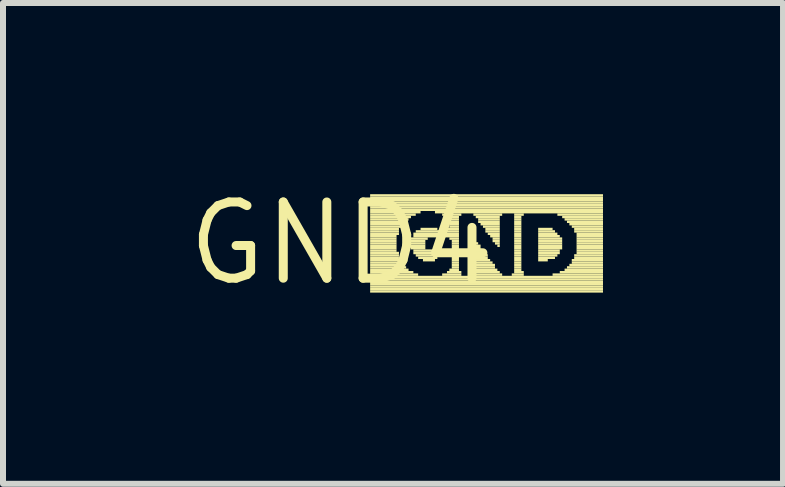
<source format=kicad_pcb>
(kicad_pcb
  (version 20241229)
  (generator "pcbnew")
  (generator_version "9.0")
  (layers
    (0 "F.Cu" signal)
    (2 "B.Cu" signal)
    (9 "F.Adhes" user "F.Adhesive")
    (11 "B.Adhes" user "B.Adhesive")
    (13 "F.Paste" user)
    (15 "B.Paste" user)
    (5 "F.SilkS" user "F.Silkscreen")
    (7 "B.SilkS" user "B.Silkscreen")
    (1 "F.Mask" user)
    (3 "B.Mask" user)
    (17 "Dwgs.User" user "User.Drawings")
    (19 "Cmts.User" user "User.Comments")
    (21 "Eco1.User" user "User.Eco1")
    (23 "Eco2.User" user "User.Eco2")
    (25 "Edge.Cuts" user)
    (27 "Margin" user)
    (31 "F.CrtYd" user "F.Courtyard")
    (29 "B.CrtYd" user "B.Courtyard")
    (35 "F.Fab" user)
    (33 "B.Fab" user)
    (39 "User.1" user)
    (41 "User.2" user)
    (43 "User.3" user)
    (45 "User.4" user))
  (footprint "GND4"
    (layer "F.Cu")
    (at 2.638 1.006)
    (property "Reference" "GND4" (at 0 0 0) (layer "F.SilkS") (effects (font (size 1.27 1.27) (thickness 0.15))))
    (fp_poly (pts (xy 0.48 -0.78) (xy 4.36 -0.78) (xy 4.36 -0.82) (xy 0.48 -0.82)) (stroke (width 0) (type solid)) (fill yes) (layer "F.SilkS"))
    (fp_poly (pts (xy 0.48 -0.74) (xy 4.36 -0.74) (xy 4.36 -0.78) (xy 0.48 -0.78)) (stroke (width 0) (type solid)) (fill yes) (layer "F.SilkS"))
    (fp_poly (pts (xy 0.48 -0.7) (xy 4.36 -0.7) (xy 4.36 -0.74) (xy 0.48 -0.74)) (stroke (width 0) (type solid)) (fill yes) (layer "F.SilkS"))
    (fp_poly (pts (xy 0.48 -0.66) (xy 4.36 -0.66) (xy 4.36 -0.7) (xy 0.48 -0.7)) (stroke (width 0) (type solid)) (fill yes) (layer "F.SilkS"))
    (fp_poly (pts (xy 0.48 -0.62) (xy 4.36 -0.62) (xy 4.36 -0.66) (xy 0.48 -0.66)) (stroke (width 0) (type solid)) (fill yes) (layer "F.SilkS"))
    (fp_poly (pts (xy 0.48 -0.58) (xy 4.36 -0.58) (xy 4.36 -0.62) (xy 0.48 -0.62)) (stroke (width 0) (type solid)) (fill yes) (layer "F.SilkS"))
    (fp_poly (pts (xy 0.48 -0.54) (xy 4.36 -0.54) (xy 4.36 -0.58) (xy 0.48 -0.58)) (stroke (width 0) (type solid)) (fill yes) (layer "F.SilkS"))
    (fp_poly (pts (xy 0.48 -0.5) (xy 1.32 -0.5) (xy 1.32 -0.54) (xy 0.48 -0.54)) (stroke (width 0) (type solid)) (fill yes) (layer "F.SilkS"))
    (fp_poly (pts (xy 0.48 -0.46) (xy 1.24 -0.46) (xy 1.24 -0.5) (xy 0.48 -0.5)) (stroke (width 0) (type solid)) (fill yes) (layer "F.SilkS"))
    (fp_poly (pts (xy 0.48 -0.42) (xy 1.16 -0.42) (xy 1.16 -0.46) (xy 0.48 -0.46)) (stroke (width 0) (type solid)) (fill yes) (layer "F.SilkS"))
    (fp_poly (pts (xy 0.48 -0.38) (xy 1.12 -0.38) (xy 1.12 -0.42) (xy 0.48 -0.42)) (stroke (width 0) (type solid)) (fill yes) (layer "F.SilkS"))
    (fp_poly (pts (xy 0.48 -0.34) (xy 1.04 -0.34) (xy 1.04 -0.38) (xy 0.48 -0.38)) (stroke (width 0) (type solid)) (fill yes) (layer "F.SilkS"))
    (fp_poly (pts (xy 0.48 -0.3) (xy 1.04 -0.3) (xy 1.04 -0.34) (xy 0.48 -0.34)) (stroke (width 0) (type solid)) (fill yes) (layer "F.SilkS"))
    (fp_poly (pts (xy 0.48 -0.26) (xy 1 -0.26) (xy 1 -0.3) (xy 0.48 -0.3)) (stroke (width 0) (type solid)) (fill yes) (layer "F.SilkS"))
    (fp_poly (pts (xy 0.48 -0.22) (xy 0.96 -0.22) (xy 0.96 -0.26) (xy 0.48 -0.26)) (stroke (width 0) (type solid)) (fill yes) (layer "F.SilkS"))
    (fp_poly (pts (xy 0.48 -0.18) (xy 0.96 -0.18) (xy 0.96 -0.22) (xy 0.48 -0.22)) (stroke (width 0) (type solid)) (fill yes) (layer "F.SilkS"))
    (fp_poly (pts (xy 0.48 -0.14) (xy 0.96 -0.14) (xy 0.96 -0.18) (xy 0.48 -0.18)) (stroke (width 0) (type solid)) (fill yes) (layer "F.SilkS"))
    (fp_poly (pts (xy 0.48 -0.1) (xy 0.92 -0.1) (xy 0.92 -0.14) (xy 0.48 -0.14)) (stroke (width 0) (type solid)) (fill yes) (layer "F.SilkS"))
    (fp_poly (pts (xy 0.48 -0.06) (xy 0.92 -0.06) (xy 0.92 -0.1) (xy 0.48 -0.1)) (stroke (width 0) (type solid)) (fill yes) (layer "F.SilkS"))
    (fp_poly (pts (xy 0.48 -0.02) (xy 0.92 -0.02) (xy 0.92 -0.06) (xy 0.48 -0.06)) (stroke (width 0) (type solid)) (fill yes) (layer "F.SilkS"))
    (fp_poly (pts (xy 0.48 0.02) (xy 0.92 0.02) (xy 0.92 -0.02) (xy 0.48 -0.02)) (stroke (width 0) (type solid)) (fill yes) (layer "F.SilkS"))
    (fp_poly (pts (xy 0.48 0.06) (xy 0.92 0.06) (xy 0.92 0.02) (xy 0.48 0.02)) (stroke (width 0) (type solid)) (fill yes) (layer "F.SilkS"))
    (fp_poly (pts (xy 0.48 0.1) (xy 0.92 0.1) (xy 0.92 0.06) (xy 0.48 0.06)) (stroke (width 0) (type solid)) (fill yes) (layer "F.SilkS"))
    (fp_poly (pts (xy 0.48 0.14) (xy 0.92 0.14) (xy 0.92 0.1) (xy 0.48 0.1)) (stroke (width 0) (type solid)) (fill yes) (layer "F.SilkS"))
    (fp_poly (pts (xy 0.48 0.18) (xy 0.96 0.18) (xy 0.96 0.14) (xy 0.48 0.14)) (stroke (width 0) (type solid)) (fill yes) (layer "F.SilkS"))
    (fp_poly (pts (xy 0.48 0.22) (xy 0.96 0.22) (xy 0.96 0.18) (xy 0.48 0.18)) (stroke (width 0) (type solid)) (fill yes) (layer "F.SilkS"))
    (fp_poly (pts (xy 0.48 0.26) (xy 0.96 0.26) (xy 0.96 0.22) (xy 0.48 0.22)) (stroke (width 0) (type solid)) (fill yes) (layer "F.SilkS"))
    (fp_poly (pts (xy 0.48 0.3) (xy 1 0.3) (xy 1 0.26) (xy 0.48 0.26)) (stroke (width 0) (type solid)) (fill yes) (layer "F.SilkS"))
    (fp_poly (pts (xy 0.48 0.34) (xy 1 0.34) (xy 1 0.3) (xy 0.48 0.3)) (stroke (width 0) (type solid)) (fill yes) (layer "F.SilkS"))
    (fp_poly (pts (xy 0.48 0.38) (xy 1.04 0.38) (xy 1.04 0.34) (xy 0.48 0.34)) (stroke (width 0) (type solid)) (fill yes) (layer "F.SilkS"))
    (fp_poly (pts (xy 0.48 0.42) (xy 1.08 0.42) (xy 1.08 0.38) (xy 0.48 0.38)) (stroke (width 0) (type solid)) (fill yes) (layer "F.SilkS"))
    (fp_poly (pts (xy 0.48 0.46) (xy 1.12 0.46) (xy 1.12 0.42) (xy 0.48 0.42)) (stroke (width 0) (type solid)) (fill yes) (layer "F.SilkS"))
    (fp_poly (pts (xy 0.48 0.5) (xy 1.2 0.5) (xy 1.2 0.46) (xy 0.48 0.46)) (stroke (width 0) (type solid)) (fill yes) (layer "F.SilkS"))
    (fp_poly (pts (xy 0.48 0.54) (xy 1.28 0.54) (xy 1.28 0.5) (xy 0.48 0.5)) (stroke (width 0) (type solid)) (fill yes) (layer "F.SilkS"))
    (fp_poly (pts (xy 0.48 0.58) (xy 4.36 0.58) (xy 4.36 0.54) (xy 0.48 0.54)) (stroke (width 0) (type solid)) (fill yes) (layer "F.SilkS"))
    (fp_poly (pts (xy 0.48 0.62) (xy 4.36 0.62) (xy 4.36 0.58) (xy 0.48 0.58)) (stroke (width 0) (type solid)) (fill yes) (layer "F.SilkS"))
    (fp_poly (pts (xy 0.48 0.66) (xy 4.36 0.66) (xy 4.36 0.62) (xy 0.48 0.62)) (stroke (width 0) (type solid)) (fill yes) (layer "F.SilkS"))
    (fp_poly (pts (xy 0.48 0.7) (xy 4.36 0.7) (xy 4.36 0.66) (xy 0.48 0.66)) (stroke (width 0) (type solid)) (fill yes) (layer "F.SilkS"))
    (fp_poly (pts (xy 0.48 0.74) (xy 4.36 0.74) (xy 4.36 0.7) (xy 0.48 0.7)) (stroke (width 0) (type solid)) (fill yes) (layer "F.SilkS"))
    (fp_poly (pts (xy 0.48 0.78) (xy 4.36 0.78) (xy 4.36 0.74) (xy 0.48 0.74)) (stroke (width 0) (type solid)) (fill yes) (layer "F.SilkS"))
    (fp_poly (pts (xy 0.48 0.82) (xy 4.36 0.82) (xy 4.36 0.78) (xy 0.48 0.78)) (stroke (width 0) (type solid)) (fill yes) (layer "F.SilkS"))
    (fp_poly (pts (xy 1.16 -0.06) (xy 1.44 -0.06) (xy 1.44 -0.1) (xy 1.16 -0.1)) (stroke (width 0) (type solid)) (fill yes) (layer "F.SilkS"))
    (fp_poly (pts (xy 1.16 -0.02) (xy 1.4 -0.02) (xy 1.4 -0.06) (xy 1.16 -0.06)) (stroke (width 0) (type solid)) (fill yes) (layer "F.SilkS"))
    (fp_poly (pts (xy 1.16 0.02) (xy 1.4 0.02) (xy 1.4 -0.02) (xy 1.16 -0.02)) (stroke (width 0) (type solid)) (fill yes) (layer "F.SilkS"))
    (fp_poly (pts (xy 1.16 0.06) (xy 1.4 0.06) (xy 1.4 0.02) (xy 1.16 0.02)) (stroke (width 0) (type solid)) (fill yes) (layer "F.SilkS"))
    (fp_poly (pts (xy 1.16 0.1) (xy 1.4 0.1) (xy 1.4 0.06) (xy 1.16 0.06)) (stroke (width 0) (type solid)) (fill yes) (layer "F.SilkS"))
    (fp_poly (pts (xy 1.2 -0.14) (xy 1.96 -0.14) (xy 1.96 -0.18) (xy 1.2 -0.18)) (stroke (width 0) (type solid)) (fill yes) (layer "F.SilkS"))
    (fp_poly (pts (xy 1.2 -0.1) (xy 1.96 -0.1) (xy 1.96 -0.14) (xy 1.2 -0.14)) (stroke (width 0) (type solid)) (fill yes) (layer "F.SilkS"))
    (fp_poly (pts (xy 1.2 0.14) (xy 1.6 0.14) (xy 1.6 0.1) (xy 1.2 0.1)) (stroke (width 0) (type solid)) (fill yes) (layer "F.SilkS"))
    (fp_poly (pts (xy 1.2 0.18) (xy 1.6 0.18) (xy 1.6 0.14) (xy 1.2 0.14)) (stroke (width 0) (type solid)) (fill yes) (layer "F.SilkS"))
    (fp_poly (pts (xy 1.24 -0.18) (xy 1.96 -0.18) (xy 1.96 -0.22) (xy 1.24 -0.22)) (stroke (width 0) (type solid)) (fill yes) (layer "F.SilkS"))
    (fp_poly (pts (xy 1.24 0.22) (xy 1.6 0.22) (xy 1.6 0.18) (xy 1.24 0.18)) (stroke (width 0) (type solid)) (fill yes) (layer "F.SilkS"))
    (fp_poly (pts (xy 1.28 0.26) (xy 1.6 0.26) (xy 1.6 0.22) (xy 1.28 0.22)) (stroke (width 0) (type solid)) (fill yes) (layer "F.SilkS"))
    (fp_poly (pts (xy 1.32 -0.22) (xy 1.6 -0.22) (xy 1.6 -0.26) (xy 1.32 -0.26)) (stroke (width 0) (type solid)) (fill yes) (layer "F.SilkS"))
    (fp_poly (pts (xy 1.36 0.3) (xy 1.56 0.3) (xy 1.56 0.26) (xy 1.36 0.26)) (stroke (width 0) (type solid)) (fill yes) (layer "F.SilkS"))
    (fp_poly (pts (xy 1.56 -0.5) (xy 4.36 -0.5) (xy 4.36 -0.54) (xy 1.56 -0.54)) (stroke (width 0) (type solid)) (fill yes) (layer "F.SilkS"))
    (fp_poly (pts (xy 1.68 -0.46) (xy 2 -0.46) (xy 2 -0.5) (xy 1.68 -0.5)) (stroke (width 0) (type solid)) (fill yes) (layer "F.SilkS"))
    (fp_poly (pts (xy 1.68 0.54) (xy 2 0.54) (xy 2 0.5) (xy 1.68 0.5)) (stroke (width 0) (type solid)) (fill yes) (layer "F.SilkS"))
    (fp_poly (pts (xy 1.76 -0.42) (xy 1.96 -0.42) (xy 1.96 -0.46) (xy 1.76 -0.46)) (stroke (width 0) (type solid)) (fill yes) (layer "F.SilkS"))
    (fp_poly (pts (xy 1.76 -0.22) (xy 1.96 -0.22) (xy 1.96 -0.26) (xy 1.76 -0.26)) (stroke (width 0) (type solid)) (fill yes) (layer "F.SilkS"))
    (fp_poly (pts (xy 1.76 0.5) (xy 2 0.5) (xy 2 0.46) (xy 1.76 0.46)) (stroke (width 0) (type solid)) (fill yes) (layer "F.SilkS"))
    (fp_poly (pts (xy 1.8 -0.38) (xy 1.96 -0.38) (xy 1.96 -0.42) (xy 1.8 -0.42)) (stroke (width 0) (type solid)) (fill yes) (layer "F.SilkS"))
    (fp_poly (pts (xy 1.8 -0.34) (xy 1.96 -0.34) (xy 1.96 -0.38) (xy 1.8 -0.38)) (stroke (width 0) (type solid)) (fill yes) (layer "F.SilkS"))
    (fp_poly (pts (xy 1.8 -0.3) (xy 1.96 -0.3) (xy 1.96 -0.34) (xy 1.8 -0.34)) (stroke (width 0) (type solid)) (fill yes) (layer "F.SilkS"))
    (fp_poly (pts (xy 1.8 -0.26) (xy 1.96 -0.26) (xy 1.96 -0.3) (xy 1.8 -0.3)) (stroke (width 0) (type solid)) (fill yes) (layer "F.SilkS"))
    (fp_poly (pts (xy 1.8 -0.06) (xy 1.96 -0.06) (xy 1.96 -0.1) (xy 1.8 -0.1)) (stroke (width 0) (type solid)) (fill yes) (layer "F.SilkS"))
    (fp_poly (pts (xy 1.8 0.46) (xy 1.96 0.46) (xy 1.96 0.42) (xy 1.8 0.42)) (stroke (width 0) (type solid)) (fill yes) (layer "F.SilkS"))
    (fp_poly (pts (xy 1.84 -0.02) (xy 1.96 -0.02) (xy 1.96 -0.06) (xy 1.84 -0.06)) (stroke (width 0) (type solid)) (fill yes) (layer "F.SilkS"))
    (fp_poly (pts (xy 1.84 0.02) (xy 1.96 0.02) (xy 1.96 -0.02) (xy 1.84 -0.02)) (stroke (width 0) (type solid)) (fill yes) (layer "F.SilkS"))
    (fp_poly (pts (xy 1.84 0.06) (xy 1.96 0.06) (xy 1.96 0.02) (xy 1.84 0.02)) (stroke (width 0) (type solid)) (fill yes) (layer "F.SilkS"))
    (fp_poly (pts (xy 1.84 0.1) (xy 1.96 0.1) (xy 1.96 0.06) (xy 1.84 0.06)) (stroke (width 0) (type solid)) (fill yes) (layer "F.SilkS"))
    (fp_poly (pts (xy 1.84 0.14) (xy 1.96 0.14) (xy 1.96 0.1) (xy 1.84 0.1)) (stroke (width 0) (type solid)) (fill yes) (layer "F.SilkS"))
    (fp_poly (pts (xy 1.84 0.18) (xy 1.96 0.18) (xy 1.96 0.14) (xy 1.84 0.14)) (stroke (width 0) (type solid)) (fill yes) (layer "F.SilkS"))
    (fp_poly (pts (xy 1.84 0.22) (xy 1.96 0.22) (xy 1.96 0.18) (xy 1.84 0.18)) (stroke (width 0) (type solid)) (fill yes) (layer "F.SilkS"))
    (fp_poly (pts (xy 1.84 0.26) (xy 1.96 0.26) (xy 1.96 0.22) (xy 1.84 0.22)) (stroke (width 0) (type solid)) (fill yes) (layer "F.SilkS"))
    (fp_poly (pts (xy 1.84 0.3) (xy 1.96 0.3) (xy 1.96 0.26) (xy 1.84 0.26)) (stroke (width 0) (type solid)) (fill yes) (layer "F.SilkS"))
    (fp_poly (pts (xy 1.84 0.34) (xy 1.96 0.34) (xy 1.96 0.3) (xy 1.84 0.3)) (stroke (width 0) (type solid)) (fill yes) (layer "F.SilkS"))
    (fp_poly (pts (xy 1.84 0.38) (xy 1.96 0.38) (xy 1.96 0.34) (xy 1.84 0.34)) (stroke (width 0) (type solid)) (fill yes) (layer "F.SilkS"))
    (fp_poly (pts (xy 1.84 0.42) (xy 1.96 0.42) (xy 1.96 0.38) (xy 1.84 0.38)) (stroke (width 0) (type solid)) (fill yes) (layer "F.SilkS"))
    (fp_poly (pts (xy 2.2 -0.46) (xy 2.68 -0.46) (xy 2.68 -0.5) (xy 2.2 -0.5)) (stroke (width 0) (type solid)) (fill yes) (layer "F.SilkS"))
    (fp_poly (pts (xy 2.2 0.5) (xy 2.64 0.5) (xy 2.64 0.46) (xy 2.2 0.46)) (stroke (width 0) (type solid)) (fill yes) (layer "F.SilkS"))
    (fp_poly (pts (xy 2.2 0.54) (xy 2.68 0.54) (xy 2.68 0.5) (xy 2.2 0.5)) (stroke (width 0) (type solid)) (fill yes) (layer "F.SilkS"))
    (fp_poly (pts (xy 2.24 -0.42) (xy 2.64 -0.42) (xy 2.64 -0.46) (xy 2.24 -0.46)) (stroke (width 0) (type solid)) (fill yes) (layer "F.SilkS"))
    (fp_poly (pts (xy 2.24 0.02) (xy 2.28 0.02) (xy 2.28 -0.02) (xy 2.24 -0.02)) (stroke (width 0) (type solid)) (fill yes) (layer "F.SilkS"))
    (fp_poly (pts (xy 2.24 0.06) (xy 2.32 0.06) (xy 2.32 0.02) (xy 2.24 0.02)) (stroke (width 0) (type solid)) (fill yes) (layer "F.SilkS"))
    (fp_poly (pts (xy 2.24 0.1) (xy 2.32 0.1) (xy 2.32 0.06) (xy 2.24 0.06)) (stroke (width 0) (type solid)) (fill yes) (layer "F.SilkS"))
    (fp_poly (pts (xy 2.24 0.14) (xy 2.36 0.14) (xy 2.36 0.1) (xy 2.24 0.1)) (stroke (width 0) (type solid)) (fill yes) (layer "F.SilkS"))
    (fp_poly (pts (xy 2.24 0.18) (xy 2.4 0.18) (xy 2.4 0.14) (xy 2.24 0.14)) (stroke (width 0) (type solid)) (fill yes) (layer "F.SilkS"))
    (fp_poly (pts (xy 2.24 0.22) (xy 2.44 0.22) (xy 2.44 0.18) (xy 2.24 0.18)) (stroke (width 0) (type solid)) (fill yes) (layer "F.SilkS"))
    (fp_poly (pts (xy 2.24 0.26) (xy 2.44 0.26) (xy 2.44 0.22) (xy 2.24 0.22)) (stroke (width 0) (type solid)) (fill yes) (layer "F.SilkS"))
    (fp_poly (pts (xy 2.24 0.3) (xy 2.48 0.3) (xy 2.48 0.26) (xy 2.24 0.26)) (stroke (width 0) (type solid)) (fill yes) (layer "F.SilkS"))
    (fp_poly (pts (xy 2.24 0.34) (xy 2.52 0.34) (xy 2.52 0.3) (xy 2.24 0.3)) (stroke (width 0) (type solid)) (fill yes) (layer "F.SilkS"))
    (fp_poly (pts (xy 2.24 0.38) (xy 2.56 0.38) (xy 2.56 0.34) (xy 2.24 0.34)) (stroke (width 0) (type solid)) (fill yes) (layer "F.SilkS"))
    (fp_poly (pts (xy 2.24 0.42) (xy 2.56 0.42) (xy 2.56 0.38) (xy 2.24 0.38)) (stroke (width 0) (type solid)) (fill yes) (layer "F.SilkS"))
    (fp_poly (pts (xy 2.24 0.46) (xy 2.6 0.46) (xy 2.6 0.42) (xy 2.24 0.42)) (stroke (width 0) (type solid)) (fill yes) (layer "F.SilkS"))
    (fp_poly (pts (xy 2.28 -0.38) (xy 2.64 -0.38) (xy 2.64 -0.42) (xy 2.28 -0.42)) (stroke (width 0) (type solid)) (fill yes) (layer "F.SilkS"))
    (fp_poly (pts (xy 2.28 -0.34) (xy 2.64 -0.34) (xy 2.64 -0.38) (xy 2.28 -0.38)) (stroke (width 0) (type solid)) (fill yes) (layer "F.SilkS"))
    (fp_poly (pts (xy 2.32 -0.3) (xy 2.64 -0.3) (xy 2.64 -0.34) (xy 2.32 -0.34)) (stroke (width 0) (type solid)) (fill yes) (layer "F.SilkS"))
    (fp_poly (pts (xy 2.36 -0.26) (xy 2.64 -0.26) (xy 2.64 -0.3) (xy 2.36 -0.3)) (stroke (width 0) (type solid)) (fill yes) (layer "F.SilkS"))
    (fp_poly (pts (xy 2.4 -0.22) (xy 2.64 -0.22) (xy 2.64 -0.26) (xy 2.4 -0.26)) (stroke (width 0) (type solid)) (fill yes) (layer "F.SilkS"))
    (fp_poly (pts (xy 2.4 -0.18) (xy 2.64 -0.18) (xy 2.64 -0.22) (xy 2.4 -0.22)) (stroke (width 0) (type solid)) (fill yes) (layer "F.SilkS"))
    (fp_poly (pts (xy 2.44 -0.14) (xy 2.64 -0.14) (xy 2.64 -0.18) (xy 2.44 -0.18)) (stroke (width 0) (type solid)) (fill yes) (layer "F.SilkS"))
    (fp_poly (pts (xy 2.48 -0.1) (xy 2.64 -0.1) (xy 2.64 -0.14) (xy 2.48 -0.14)) (stroke (width 0) (type solid)) (fill yes) (layer "F.SilkS"))
    (fp_poly (pts (xy 2.52 -0.06) (xy 2.64 -0.06) (xy 2.64 -0.1) (xy 2.52 -0.1)) (stroke (width 0) (type solid)) (fill yes) (layer "F.SilkS"))
    (fp_poly (pts (xy 2.52 -0.02) (xy 2.64 -0.02) (xy 2.64 -0.06) (xy 2.52 -0.06)) (stroke (width 0) (type solid)) (fill yes) (layer "F.SilkS"))
    (fp_poly (pts (xy 2.56 0.02) (xy 2.64 0.02) (xy 2.64 -0.02) (xy 2.56 -0.02)) (stroke (width 0) (type solid)) (fill yes) (layer "F.SilkS"))
    (fp_poly (pts (xy 2.6 0.06) (xy 2.64 0.06) (xy 2.64 0.02) (xy 2.6 0.02)) (stroke (width 0) (type solid)) (fill yes) (layer "F.SilkS"))
    (fp_poly (pts (xy 2.84 0.54) (xy 3.04 0.54) (xy 3.04 0.5) (xy 2.84 0.5)) (stroke (width 0) (type solid)) (fill yes) (layer "F.SilkS"))
    (fp_poly (pts (xy 2.88 -0.46) (xy 3.04 -0.46) (xy 3.04 -0.5) (xy 2.88 -0.5)) (stroke (width 0) (type solid)) (fill yes) (layer "F.SilkS"))
    (fp_poly (pts (xy 2.88 -0.42) (xy 3 -0.42) (xy 3 -0.46) (xy 2.88 -0.46)) (stroke (width 0) (type solid)) (fill yes) (layer "F.SilkS"))
    (fp_poly (pts (xy 2.88 -0.38) (xy 3 -0.38) (xy 3 -0.42) (xy 2.88 -0.42)) (stroke (width 0) (type solid)) (fill yes) (layer "F.SilkS"))
    (fp_poly (pts (xy 2.88 -0.34) (xy 3 -0.34) (xy 3 -0.38) (xy 2.88 -0.38)) (stroke (width 0) (type solid)) (fill yes) (layer "F.SilkS"))
    (fp_poly (pts (xy 2.88 -0.3) (xy 3 -0.3) (xy 3 -0.34) (xy 2.88 -0.34)) (stroke (width 0) (type solid)) (fill yes) (layer "F.SilkS"))
    (fp_poly (pts (xy 2.88 -0.26) (xy 3 -0.26) (xy 3 -0.3) (xy 2.88 -0.3)) (stroke (width 0) (type solid)) (fill yes) (layer "F.SilkS"))
    (fp_poly (pts (xy 2.88 -0.22) (xy 3 -0.22) (xy 3 -0.26) (xy 2.88 -0.26)) (stroke (width 0) (type solid)) (fill yes) (layer "F.SilkS"))
    (fp_poly (pts (xy 2.88 -0.18) (xy 3 -0.18) (xy 3 -0.22) (xy 2.88 -0.22)) (stroke (width 0) (type solid)) (fill yes) (layer "F.SilkS"))
    (fp_poly (pts (xy 2.88 -0.14) (xy 3 -0.14) (xy 3 -0.18) (xy 2.88 -0.18)) (stroke (width 0) (type solid)) (fill yes) (layer "F.SilkS"))
    (fp_poly (pts (xy 2.88 -0.1) (xy 3 -0.1) (xy 3 -0.14) (xy 2.88 -0.14)) (stroke (width 0) (type solid)) (fill yes) (layer "F.SilkS"))
    (fp_poly (pts (xy 2.88 -0.06) (xy 3 -0.06) (xy 3 -0.1) (xy 2.88 -0.1)) (stroke (width 0) (type solid)) (fill yes) (layer "F.SilkS"))
    (fp_poly (pts (xy 2.88 -0.02) (xy 3 -0.02) (xy 3 -0.06) (xy 2.88 -0.06)) (stroke (width 0) (type solid)) (fill yes) (layer "F.SilkS"))
    (fp_poly (pts (xy 2.88 0.02) (xy 3 0.02) (xy 3 -0.02) (xy 2.88 -0.02)) (stroke (width 0) (type solid)) (fill yes) (layer "F.SilkS"))
    (fp_poly (pts (xy 2.88 0.06) (xy 3 0.06) (xy 3 0.02) (xy 2.88 0.02)) (stroke (width 0) (type solid)) (fill yes) (layer "F.SilkS"))
    (fp_poly (pts (xy 2.88 0.1) (xy 3 0.1) (xy 3 0.06) (xy 2.88 0.06)) (stroke (width 0) (type solid)) (fill yes) (layer "F.SilkS"))
    (fp_poly (pts (xy 2.88 0.14) (xy 3 0.14) (xy 3 0.1) (xy 2.88 0.1)) (stroke (width 0) (type solid)) (fill yes) (layer "F.SilkS"))
    (fp_poly (pts (xy 2.88 0.18) (xy 3 0.18) (xy 3 0.14) (xy 2.88 0.14)) (stroke (width 0) (type solid)) (fill yes) (layer "F.SilkS"))
    (fp_poly (pts (xy 2.88 0.22) (xy 3 0.22) (xy 3 0.18) (xy 2.88 0.18)) (stroke (width 0) (type solid)) (fill yes) (layer "F.SilkS"))
    (fp_poly (pts (xy 2.88 0.26) (xy 3 0.26) (xy 3 0.22) (xy 2.88 0.22)) (stroke (width 0) (type solid)) (fill yes) (layer "F.SilkS"))
    (fp_poly (pts (xy 2.88 0.3) (xy 3 0.3) (xy 3 0.26) (xy 2.88 0.26)) (stroke (width 0) (type solid)) (fill yes) (layer "F.SilkS"))
    (fp_poly (pts (xy 2.88 0.34) (xy 3 0.34) (xy 3 0.3) (xy 2.88 0.3)) (stroke (width 0) (type solid)) (fill yes) (layer "F.SilkS"))
    (fp_poly (pts (xy 2.88 0.38) (xy 3 0.38) (xy 3 0.34) (xy 2.88 0.34)) (stroke (width 0) (type solid)) (fill yes) (layer "F.SilkS"))
    (fp_poly (pts (xy 2.88 0.42) (xy 3 0.42) (xy 3 0.38) (xy 2.88 0.38)) (stroke (width 0) (type solid)) (fill yes) (layer "F.SilkS"))
    (fp_poly (pts (xy 2.88 0.46) (xy 3 0.46) (xy 3 0.42) (xy 2.88 0.42)) (stroke (width 0) (type solid)) (fill yes) (layer "F.SilkS"))
    (fp_poly (pts (xy 2.88 0.5) (xy 3.04 0.5) (xy 3.04 0.46) (xy 2.88 0.46)) (stroke (width 0) (type solid)) (fill yes) (layer "F.SilkS"))
    (fp_poly (pts (xy 3.28 -0.22) (xy 3.52 -0.22) (xy 3.52 -0.26) (xy 3.28 -0.26)) (stroke (width 0) (type solid)) (fill yes) (layer "F.SilkS"))
    (fp_poly (pts (xy 3.28 -0.18) (xy 3.56 -0.18) (xy 3.56 -0.22) (xy 3.28 -0.22)) (stroke (width 0) (type solid)) (fill yes) (layer "F.SilkS"))
    (fp_poly (pts (xy 3.28 -0.14) (xy 3.6 -0.14) (xy 3.6 -0.18) (xy 3.28 -0.18)) (stroke (width 0) (type solid)) (fill yes) (layer "F.SilkS"))
    (fp_poly (pts (xy 3.28 -0.1) (xy 3.64 -0.1) (xy 3.64 -0.14) (xy 3.28 -0.14)) (stroke (width 0) (type solid)) (fill yes) (layer "F.SilkS"))
    (fp_poly (pts (xy 3.28 -0.06) (xy 3.68 -0.06) (xy 3.68 -0.1) (xy 3.28 -0.1)) (stroke (width 0) (type solid)) (fill yes) (layer "F.SilkS"))
    (fp_poly (pts (xy 3.28 -0.02) (xy 3.68 -0.02) (xy 3.68 -0.06) (xy 3.28 -0.06)) (stroke (width 0) (type solid)) (fill yes) (layer "F.SilkS"))
    (fp_poly (pts (xy 3.28 0.02) (xy 3.68 0.02) (xy 3.68 -0.02) (xy 3.28 -0.02)) (stroke (width 0) (type solid)) (fill yes) (layer "F.SilkS"))
    (fp_poly (pts (xy 3.28 0.06) (xy 3.68 0.06) (xy 3.68 0.02) (xy 3.28 0.02)) (stroke (width 0) (type solid)) (fill yes) (layer "F.SilkS"))
    (fp_poly (pts (xy 3.28 0.1) (xy 3.68 0.1) (xy 3.68 0.06) (xy 3.28 0.06)) (stroke (width 0) (type solid)) (fill yes) (layer "F.SilkS"))
    (fp_poly (pts (xy 3.28 0.14) (xy 3.64 0.14) (xy 3.64 0.1) (xy 3.28 0.1)) (stroke (width 0) (type solid)) (fill yes) (layer "F.SilkS"))
    (fp_poly (pts (xy 3.28 0.18) (xy 3.64 0.18) (xy 3.64 0.14) (xy 3.28 0.14)) (stroke (width 0) (type solid)) (fill yes) (layer "F.SilkS"))
    (fp_poly (pts (xy 3.28 0.22) (xy 3.6 0.22) (xy 3.6 0.18) (xy 3.28 0.18)) (stroke (width 0) (type solid)) (fill yes) (layer "F.SilkS"))
    (fp_poly (pts (xy 3.28 0.26) (xy 3.56 0.26) (xy 3.56 0.22) (xy 3.28 0.22)) (stroke (width 0) (type solid)) (fill yes) (layer "F.SilkS"))
    (fp_poly (pts (xy 3.28 0.3) (xy 3.44 0.3) (xy 3.44 0.26) (xy 3.28 0.26)) (stroke (width 0) (type solid)) (fill yes) (layer "F.SilkS"))
    (fp_poly (pts (xy 3.52 0.54) (xy 4.36 0.54) (xy 4.36 0.5) (xy 3.52 0.5)) (stroke (width 0) (type solid)) (fill yes) (layer "F.SilkS"))
    (fp_poly (pts (xy 3.6 -0.46) (xy 4.36 -0.46) (xy 4.36 -0.5) (xy 3.6 -0.5)) (stroke (width 0) (type solid)) (fill yes) (layer "F.SilkS"))
    (fp_poly (pts (xy 3.64 0.5) (xy 4.36 0.5) (xy 4.36 0.46) (xy 3.64 0.46)) (stroke (width 0) (type solid)) (fill yes) (layer "F.SilkS"))
    (fp_poly (pts (xy 3.68 -0.42) (xy 4.36 -0.42) (xy 4.36 -0.46) (xy 3.68 -0.46)) (stroke (width 0) (type solid)) (fill yes) (layer "F.SilkS"))
    (fp_poly (pts (xy 3.72 -0.38) (xy 4.36 -0.38) (xy 4.36 -0.42) (xy 3.72 -0.42)) (stroke (width 0) (type solid)) (fill yes) (layer "F.SilkS"))
    (fp_poly (pts (xy 3.72 0.46) (xy 4.36 0.46) (xy 4.36 0.42) (xy 3.72 0.42)) (stroke (width 0) (type solid)) (fill yes) (layer "F.SilkS"))
    (fp_poly (pts (xy 3.76 -0.34) (xy 4.36 -0.34) (xy 4.36 -0.38) (xy 3.76 -0.38)) (stroke (width 0) (type solid)) (fill yes) (layer "F.SilkS"))
    (fp_poly (pts (xy 3.76 0.42) (xy 4.36 0.42) (xy 4.36 0.38) (xy 3.76 0.38)) (stroke (width 0) (type solid)) (fill yes) (layer "F.SilkS"))
    (fp_poly (pts (xy 3.8 -0.3) (xy 4.36 -0.3) (xy 4.36 -0.34) (xy 3.8 -0.34)) (stroke (width 0) (type solid)) (fill yes) (layer "F.SilkS"))
    (fp_poly (pts (xy 3.8 0.38) (xy 4.36 0.38) (xy 4.36 0.34) (xy 3.8 0.34)) (stroke (width 0) (type solid)) (fill yes) (layer "F.SilkS"))
    (fp_poly (pts (xy 3.84 -0.26) (xy 4.36 -0.26) (xy 4.36 -0.3) (xy 3.84 -0.3)) (stroke (width 0) (type solid)) (fill yes) (layer "F.SilkS"))
    (fp_poly (pts (xy 3.84 0.3) (xy 4.36 0.3) (xy 4.36 0.26) (xy 3.84 0.26)) (stroke (width 0) (type solid)) (fill yes) (layer "F.SilkS"))
    (fp_poly (pts (xy 3.84 0.34) (xy 4.36 0.34) (xy 4.36 0.3) (xy 3.84 0.3)) (stroke (width 0) (type solid)) (fill yes) (layer "F.SilkS"))
    (fp_poly (pts (xy 3.88 -0.22) (xy 4.36 -0.22) (xy 4.36 -0.26) (xy 3.88 -0.26)) (stroke (width 0) (type solid)) (fill yes) (layer "F.SilkS"))
    (fp_poly (pts (xy 3.88 -0.18) (xy 4.36 -0.18) (xy 4.36 -0.22) (xy 3.88 -0.22)) (stroke (width 0) (type solid)) (fill yes) (layer "F.SilkS"))
    (fp_poly (pts (xy 3.88 0.22) (xy 4.36 0.22) (xy 4.36 0.18) (xy 3.88 0.18)) (stroke (width 0) (type solid)) (fill yes) (layer "F.SilkS"))
    (fp_poly (pts (xy 3.88 0.26) (xy 4.36 0.26) (xy 4.36 0.22) (xy 3.88 0.22)) (stroke (width 0) (type solid)) (fill yes) (layer "F.SilkS"))
    (fp_poly (pts (xy 3.92 -0.14) (xy 4.36 -0.14) (xy 4.36 -0.18) (xy 3.92 -0.18)) (stroke (width 0) (type solid)) (fill yes) (layer "F.SilkS"))
    (fp_poly (pts (xy 3.92 -0.1) (xy 4.36 -0.1) (xy 4.36 -0.14) (xy 3.92 -0.14)) (stroke (width 0) (type solid)) (fill yes) (layer "F.SilkS"))
    (fp_poly (pts (xy 3.92 -0.06) (xy 4.36 -0.06) (xy 4.36 -0.1) (xy 3.92 -0.1)) (stroke (width 0) (type solid)) (fill yes) (layer "F.SilkS"))
    (fp_poly (pts (xy 3.92 -0.02) (xy 4.36 -0.02) (xy 4.36 -0.06) (xy 3.92 -0.06)) (stroke (width 0) (type solid)) (fill yes) (layer "F.SilkS"))
    (fp_poly (pts (xy 3.92 0.02) (xy 4.36 0.02) (xy 4.36 -0.02) (xy 3.92 -0.02)) (stroke (width 0) (type solid)) (fill yes) (layer "F.SilkS"))
    (fp_poly (pts (xy 3.92 0.06) (xy 4.36 0.06) (xy 4.36 0.02) (xy 3.92 0.02)) (stroke (width 0) (type solid)) (fill yes) (layer "F.SilkS"))
    (fp_poly (pts (xy 3.92 0.1) (xy 4.36 0.1) (xy 4.36 0.06) (xy 3.92 0.06)) (stroke (width 0) (type solid)) (fill yes) (layer "F.SilkS"))
    (fp_poly (pts (xy 3.92 0.14) (xy 4.36 0.14) (xy 4.36 0.1) (xy 3.92 0.1)) (stroke (width 0) (type solid)) (fill yes) (layer "F.SilkS"))
    (fp_poly (pts (xy 3.92 0.18) (xy 4.36 0.18) (xy 4.36 0.14) (xy 3.92 0.14)) (stroke (width 0) (type solid)) (fill yes) (layer "F.SilkS")))
  (gr_rect
    (start -3 -3)
    (end 9.998 5.012)
    (stroke (width 0.1) (type default))
    (fill no)
    (layer "Edge.Cuts")))
</source>
